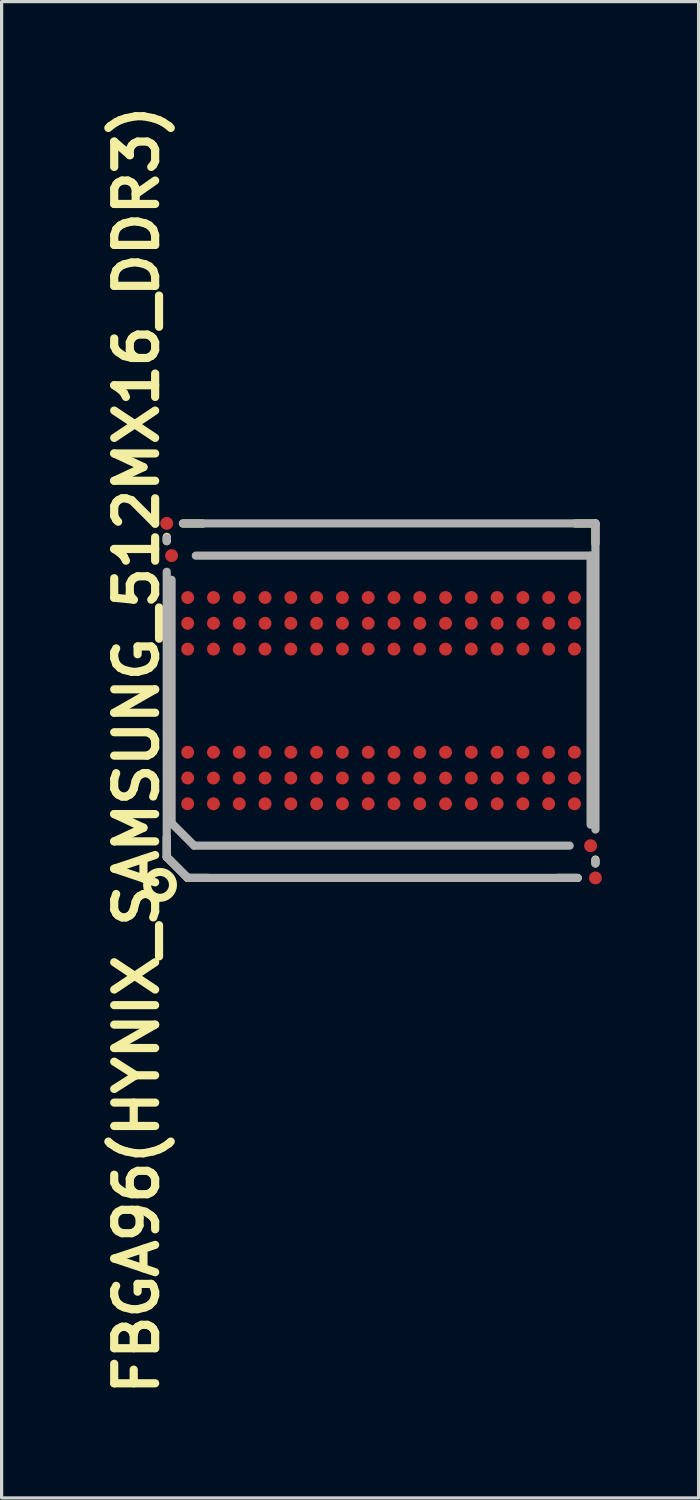
<source format=kicad_pcb>
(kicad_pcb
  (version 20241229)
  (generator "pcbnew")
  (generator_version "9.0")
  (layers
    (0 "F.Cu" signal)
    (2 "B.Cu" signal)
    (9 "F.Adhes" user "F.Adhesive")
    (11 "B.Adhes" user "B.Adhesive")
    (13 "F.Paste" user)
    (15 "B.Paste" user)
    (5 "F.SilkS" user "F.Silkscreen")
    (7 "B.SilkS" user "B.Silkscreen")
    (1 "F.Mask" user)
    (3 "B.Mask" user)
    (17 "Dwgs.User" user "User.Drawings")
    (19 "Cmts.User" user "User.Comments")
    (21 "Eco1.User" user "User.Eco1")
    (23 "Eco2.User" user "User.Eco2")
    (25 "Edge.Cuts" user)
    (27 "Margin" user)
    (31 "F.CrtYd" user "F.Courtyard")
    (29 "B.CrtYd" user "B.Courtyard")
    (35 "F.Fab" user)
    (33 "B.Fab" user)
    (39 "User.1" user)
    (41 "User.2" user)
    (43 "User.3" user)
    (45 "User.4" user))
  (footprint "FBGA96(HYNIX_SAMSUNG_512MX16_DDR3)"
    (layer "F.Cu")
    (at 8.773 18.687)
    (property "Reference" "FBGA96(HYNIX_SAMSUNG_512MX16_DDR3)" (at -7.584 1.524 90) (layer "F.SilkS") (effects (font (size 1.27 1.27) (thickness 0.254))))
    (attr smd)
    (fp_line (start -6.65 -5.08) (end -6.65 -4.95) (stroke (width 0.254) (type solid)) (layer "F.SilkS"))
    (fp_line (start -6.65 4.23) (end -6.65 4.85) (stroke (width 0.254) (type solid)) (layer "F.SilkS"))
    (fp_line (start -6.145 -5.495) (end -5.525 -5.495) (stroke (width 0.254) (type solid)) (layer "F.SilkS"))
    (fp_line (start -6 5.5) (end -6.65 4.85) (stroke (width 0.254) (type solid)) (layer "F.SilkS"))
    (fp_line (start -5.37 5.5) (end -6 5.5) (stroke (width 0.254) (type solid)) (layer "F.SilkS"))
    (fp_line (start 6.025 -5.495) (end 6.645 -5.495) (stroke (width 0.254) (type solid)) (layer "F.SilkS"))
    (fp_line (start 6.1 5.5) (end 5.48 5.5) (stroke (width 0.254) (type solid)) (layer "F.SilkS"))
    (fp_line (start 6.65 -5.5) (end 6.65 -4.88) (stroke (width 0.254) (type solid)) (layer "F.SilkS"))
    (fp_line (start 6.65 4.93) (end 6.65 5.05) (stroke (width 0.254) (type solid)) (layer "F.SilkS"))
    (fp_circle (center -6.858 5.715) (end -6.477 5.588) (stroke (width 0.25) (type solid)) (fill no) (layer "F.SilkS"))
    (fp_line (start -6.65 -5.05) (end -6.65 -4.948) (stroke (width 0.254) (type solid)) (layer "F.Fab"))
    (fp_line (start -6.65 -3.998) (end -6.65 4.849) (stroke (width 0.254) (type solid)) (layer "F.Fab"))
    (fp_line (start -6.65 4.849) (end -5.999 5.499) (stroke (width 0.254) (type solid)) (layer "F.Fab"))
    (fp_line (start -6.5 -3.749) (end -6.5 3.8) (stroke (width 0.254) (type solid)) (layer "F.Fab"))
    (fp_line (start -6.5 3.8) (end -5.799 4.498) (stroke (width 0.254) (type solid)) (layer "F.Fab"))
    (fp_line (start -5.999 5.499) (end 6.099 5.499) (stroke (width 0.254) (type solid)) (layer "F.Fab"))
    (fp_line (start -5.799 4.498) (end 5.85 4.498) (stroke (width 0.254) (type solid)) (layer "F.Fab"))
    (fp_line (start 6.5 -4.498) (end -5.748 -4.498) (stroke (width 0.254) (type solid)) (layer "F.Fab"))
    (fp_line (start 6.5 3.848) (end 6.5 -4.498) (stroke (width 0.254) (type solid)) (layer "F.Fab"))
    (fp_line (start 6.65 -5.499) (end -6.149 -5.499) (stroke (width 0.254) (type solid)) (layer "F.Fab"))
    (fp_line (start 6.65 3.998) (end 6.65 -5.499) (stroke (width 0.254) (type solid)) (layer "F.Fab"))
    (fp_line (start 6.65 5.05) (end 6.65 4.948) (stroke (width 0.254) (type solid)) (layer "F.Fab"))
    (pad "A1" smd circle (at -6 3.2 90) (size 0.4 0.4) (layers "F.Cu" "F.Mask" "F.Paste"))
    (pad "A2" smd circle (at -6 2.4 90) (size 0.4 0.4) (layers "F.Cu" "F.Mask" "F.Paste"))
    (pad "A3" smd circle (at -6 1.6 90) (size 0.4 0.4) (layers "F.Cu" "F.Mask" "F.Paste"))
    (pad "A7" smd circle (at -6 -1.6 90) (size 0.4 0.4) (layers "F.Cu" "F.Mask" "F.Paste"))
    (pad "A8" smd circle (at -6 -2.4 90) (size 0.4 0.4) (layers "F.Cu" "F.Mask" "F.Paste"))
    (pad "A9" smd circle (at -6 -3.2 90) (size 0.4 0.4) (layers "F.Cu" "F.Mask" "F.Paste"))
    (pad "B1" smd circle (at -5.2 3.2 90) (size 0.4 0.4) (layers "F.Cu" "F.Mask" "F.Paste"))
    (pad "B2" smd circle (at -5.2 2.4 90) (size 0.4 0.4) (layers "F.Cu" "F.Mask" "F.Paste"))
    (pad "B3" smd circle (at -5.2 1.6 90) (size 0.4 0.4) (layers "F.Cu" "F.Mask" "F.Paste"))
    (pad "B7" smd circle (at -5.2 -1.6 90) (size 0.4 0.4) (layers "F.Cu" "F.Mask" "F.Paste"))
    (pad "B8" smd circle (at -5.2 -2.4 90) (size 0.4 0.4) (layers "F.Cu" "F.Mask" "F.Paste"))
    (pad "B9" smd circle (at -5.2 -3.2 90) (size 0.4 0.4) (layers "F.Cu" "F.Mask" "F.Paste"))
    (pad "C1" smd circle (at -4.4 3.2 90) (size 0.4 0.4) (layers "F.Cu" "F.Mask" "F.Paste"))
    (pad "C2" smd circle (at -4.4 2.4 90) (size 0.4 0.4) (layers "F.Cu" "F.Mask" "F.Paste"))
    (pad "C3" smd circle (at -4.4 1.6 90) (size 0.4 0.4) (layers "F.Cu" "F.Mask" "F.Paste"))
    (pad "C7" smd circle (at -4.4 -1.6 90) (size 0.4 0.4) (layers "F.Cu" "F.Mask" "F.Paste"))
    (pad "C8" smd circle (at -4.4 -2.4 90) (size 0.4 0.4) (layers "F.Cu" "F.Mask" "F.Paste"))
    (pad "C9" smd circle (at -4.4 -3.2 90) (size 0.4 0.4) (layers "F.Cu" "F.Mask" "F.Paste"))
    (pad "D1" smd circle (at -3.6 3.2 90) (size 0.4 0.4) (layers "F.Cu" "F.Mask" "F.Paste"))
    (pad "D2" smd circle (at -3.6 2.4 90) (size 0.4 0.4) (layers "F.Cu" "F.Mask" "F.Paste"))
    (pad "D3" smd circle (at -3.6 1.6 90) (size 0.4 0.4) (layers "F.Cu" "F.Mask" "F.Paste"))
    (pad "D7" smd circle (at -3.6 -1.6 90) (size 0.4 0.4) (layers "F.Cu" "F.Mask" "F.Paste"))
    (pad "D8" smd circle (at -3.6 -2.4 90) (size 0.4 0.4) (layers "F.Cu" "F.Mask" "F.Paste"))
    (pad "D9" smd circle (at -3.6 -3.2 90) (size 0.4 0.4) (layers "F.Cu" "F.Mask" "F.Paste"))
    (pad "E1" smd circle (at -2.8 3.2 90) (size 0.4 0.4) (layers "F.Cu" "F.Mask" "F.Paste"))
    (pad "E2" smd circle (at -2.8 2.4 90) (size 0.4 0.4) (layers "F.Cu" "F.Mask" "F.Paste"))
    (pad "E3" smd circle (at -2.8 1.6 90) (size 0.4 0.4) (layers "F.Cu" "F.Mask" "F.Paste"))
    (pad "E7" smd circle (at -2.8 -1.6 90) (size 0.4 0.4) (layers "F.Cu" "F.Mask" "F.Paste"))
    (pad "E8" smd circle (at -2.8 -2.4 90) (size 0.4 0.4) (layers "F.Cu" "F.Mask" "F.Paste"))
    (pad "E9" smd circle (at -2.8 -3.2 90) (size 0.4 0.4) (layers "F.Cu" "F.Mask" "F.Paste"))
    (pad "F1" smd circle (at -2 3.2 90) (size 0.4 0.4) (layers "F.Cu" "F.Mask" "F.Paste"))
    (pad "F2" smd circle (at -2 2.4 90) (size 0.4 0.4) (layers "F.Cu" "F.Mask" "F.Paste"))
    (pad "F3" smd circle (at -2 1.6 90) (size 0.4 0.4) (layers "F.Cu" "F.Mask" "F.Paste"))
    (pad "F7" smd circle (at -2 -1.6 90) (size 0.4 0.4) (layers "F.Cu" "F.Mask" "F.Paste"))
    (pad "F8" smd circle (at -2 -2.4 90) (size 0.4 0.4) (layers "F.Cu" "F.Mask" "F.Paste"))
    (pad "F9" smd circle (at -2 -3.2 90) (size 0.4 0.4) (layers "F.Cu" "F.Mask" "F.Paste"))
    (pad "FID1" smd circle (at 6.5 4.5 90) (size 0.4 0.4) (layers "F.Cu" "F.Mask"))
    (pad "FID2" smd circle (at -6.5 -4.5 90) (size 0.4 0.4) (layers "F.Cu" "F.Mask"))
    (pad "FID3" smd circle (at 6.65 5.5 90) (size 0.4 0.4) (layers "F.Cu" "F.Mask"))
    (pad "FID4" smd circle (at -6.65 -5.5 90) (size 0.4 0.4) (layers "F.Cu" "F.Mask"))
    (pad "G1" smd circle (at -1.2 3.2 90) (size 0.4 0.4) (layers "F.Cu" "F.Mask" "F.Paste"))
    (pad "G2" smd circle (at -1.2 2.4 90) (size 0.4 0.4) (layers "F.Cu" "F.Mask" "F.Paste"))
    (pad "G3" smd circle (at -1.2 1.6 90) (size 0.4 0.4) (layers "F.Cu" "F.Mask" "F.Paste"))
    (pad "G7" smd circle (at -1.2 -1.6 90) (size 0.4 0.4) (layers "F.Cu" "F.Mask" "F.Paste"))
    (pad "G8" smd circle (at -1.2 -2.4 90) (size 0.4 0.4) (layers "F.Cu" "F.Mask" "F.Paste"))
    (pad "G9" smd circle (at -1.2 -3.2 90) (size 0.4 0.4) (layers "F.Cu" "F.Mask" "F.Paste"))
    (pad "H1" smd circle (at -0.4 3.2 90) (size 0.4 0.4) (layers "F.Cu" "F.Mask" "F.Paste"))
    (pad "H2" smd circle (at -0.4 2.4 90) (size 0.4 0.4) (layers "F.Cu" "F.Mask" "F.Paste"))
    (pad "H3" smd circle (at -0.4 1.6 90) (size 0.4 0.4) (layers "F.Cu" "F.Mask" "F.Paste"))
    (pad "H7" smd circle (at -0.4 -1.6 90) (size 0.4 0.4) (layers "F.Cu" "F.Mask" "F.Paste"))
    (pad "H8" smd circle (at -0.4 -2.4 90) (size 0.4 0.4) (layers "F.Cu" "F.Mask" "F.Paste"))
    (pad "H9" smd circle (at -0.4 -3.2 90) (size 0.4 0.4) (layers "F.Cu" "F.Mask" "F.Paste"))
    (pad "J1" smd circle (at 0.4 3.2 90) (size 0.4 0.4) (layers "F.Cu" "F.Mask" "F.Paste"))
    (pad "J2" smd circle (at 0.4 2.4 90) (size 0.4 0.4) (layers "F.Cu" "F.Mask" "F.Paste"))
    (pad "J3" smd circle (at 0.4 1.6 90) (size 0.4 0.4) (layers "F.Cu" "F.Mask" "F.Paste"))
    (pad "J7" smd circle (at 0.4 -1.6 90) (size 0.4 0.4) (layers "F.Cu" "F.Mask" "F.Paste"))
    (pad "J8" smd circle (at 0.4 -2.4 90) (size 0.4 0.4) (layers "F.Cu" "F.Mask" "F.Paste"))
    (pad "J9" smd circle (at 0.4 -3.2 90) (size 0.4 0.4) (layers "F.Cu" "F.Mask" "F.Paste"))
    (pad "K1" smd circle (at 1.2 3.2 90) (size 0.4 0.4) (layers "F.Cu" "F.Mask" "F.Paste"))
    (pad "K2" smd circle (at 1.2 2.4 90) (size 0.4 0.4) (layers "F.Cu" "F.Mask" "F.Paste"))
    (pad "K3" smd circle (at 1.2 1.6 90) (size 0.4 0.4) (layers "F.Cu" "F.Mask" "F.Paste"))
    (pad "K7" smd circle (at 1.2 -1.6 90) (size 0.4 0.4) (layers "F.Cu" "F.Mask" "F.Paste"))
    (pad "K8" smd circle (at 1.2 -2.4 90) (size 0.4 0.4) (layers "F.Cu" "F.Mask" "F.Paste"))
    (pad "K9" smd circle (at 1.2 -3.2 90) (size 0.4 0.4) (layers "F.Cu" "F.Mask" "F.Paste"))
    (pad "L1" smd circle (at 2 3.2 90) (size 0.4 0.4) (layers "F.Cu" "F.Mask" "F.Paste"))
    (pad "L2" smd circle (at 2 2.4 90) (size 0.4 0.4) (layers "F.Cu" "F.Mask" "F.Paste"))
    (pad "L3" smd circle (at 2 1.6 90) (size 0.4 0.4) (layers "F.Cu" "F.Mask" "F.Paste"))
    (pad "L7" smd circle (at 2 -1.6 90) (size 0.4 0.4) (layers "F.Cu" "F.Mask" "F.Paste"))
    (pad "L8" smd circle (at 2 -2.4 90) (size 0.4 0.4) (layers "F.Cu" "F.Mask" "F.Paste"))
    (pad "L9" smd circle (at 2 -3.2 90) (size 0.4 0.4) (layers "F.Cu" "F.Mask" "F.Paste"))
    (pad "M1" smd circle (at 2.8 3.2 90) (size 0.4 0.4) (layers "F.Cu" "F.Mask" "F.Paste"))
    (pad "M2" smd circle (at 2.8 2.4 90) (size 0.4 0.4) (layers "F.Cu" "F.Mask" "F.Paste"))
    (pad "M3" smd circle (at 2.8 1.6 90) (size 0.4 0.4) (layers "F.Cu" "F.Mask" "F.Paste"))
    (pad "M7" smd circle (at 2.8 -1.6 90) (size 0.4 0.4) (layers "F.Cu" "F.Mask" "F.Paste"))
    (pad "M8" smd circle (at 2.8 -2.4 90) (size 0.4 0.4) (layers "F.Cu" "F.Mask" "F.Paste"))
    (pad "M9" smd circle (at 2.8 -3.2 90) (size 0.4 0.4) (layers "F.Cu" "F.Mask" "F.Paste"))
    (pad "N1" smd circle (at 3.6 3.2 90) (size 0.4 0.4) (layers "F.Cu" "F.Mask" "F.Paste"))
    (pad "N2" smd circle (at 3.6 2.4 90) (size 0.4 0.4) (layers "F.Cu" "F.Mask" "F.Paste"))
    (pad "N3" smd circle (at 3.6 1.6 90) (size 0.4 0.4) (layers "F.Cu" "F.Mask" "F.Paste"))
    (pad "N7" smd circle (at 3.6 -1.6 90) (size 0.4 0.4) (layers "F.Cu" "F.Mask" "F.Paste"))
    (pad "N8" smd circle (at 3.6 -2.4 90) (size 0.4 0.4) (layers "F.Cu" "F.Mask" "F.Paste"))
    (pad "N9" smd circle (at 3.6 -3.2 90) (size 0.4 0.4) (layers "F.Cu" "F.Mask" "F.Paste"))
    (pad "P1" smd circle (at 4.4 3.2 90) (size 0.4 0.4) (layers "F.Cu" "F.Mask" "F.Paste"))
    (pad "P2" smd circle (at 4.4 2.4 90) (size 0.4 0.4) (layers "F.Cu" "F.Mask" "F.Paste"))
    (pad "P3" smd circle (at 4.4 1.6 90) (size 0.4 0.4) (layers "F.Cu" "F.Mask" "F.Paste"))
    (pad "P7" smd circle (at 4.4 -1.6 90) (size 0.4 0.4) (layers "F.Cu" "F.Mask" "F.Paste"))
    (pad "P8" smd circle (at 4.4 -2.4 90) (size 0.4 0.4) (layers "F.Cu" "F.Mask" "F.Paste"))
    (pad "P9" smd circle (at 4.4 -3.2 90) (size 0.4 0.4) (layers "F.Cu" "F.Mask" "F.Paste"))
    (pad "R1" smd circle (at 5.2 3.2 90) (size 0.4 0.4) (layers "F.Cu" "F.Mask" "F.Paste"))
    (pad "R2" smd circle (at 5.2 2.4 90) (size 0.4 0.4) (layers "F.Cu" "F.Mask" "F.Paste"))
    (pad "R3" smd circle (at 5.2 1.6 90) (size 0.4 0.4) (layers "F.Cu" "F.Mask" "F.Paste"))
    (pad "R7" smd circle (at 5.2 -1.6 90) (size 0.4 0.4) (layers "F.Cu" "F.Mask" "F.Paste"))
    (pad "R8" smd circle (at 5.2 -2.4 90) (size 0.4 0.4) (layers "F.Cu" "F.Mask" "F.Paste"))
    (pad "R9" smd circle (at 5.2 -3.2 90) (size 0.4 0.4) (layers "F.Cu" "F.Mask" "F.Paste"))
    (pad "T1" smd circle (at 6 3.2 90) (size 0.4 0.4) (layers "F.Cu" "F.Mask" "F.Paste"))
    (pad "T2" smd circle (at 6 2.4 90) (size 0.4 0.4) (layers "F.Cu" "F.Mask" "F.Paste"))
    (pad "T3" smd circle (at 6 1.6 90) (size 0.4 0.4) (layers "F.Cu" "F.Mask" "F.Paste"))
    (pad "T7" smd circle (at 6 -1.6 90) (size 0.4 0.4) (layers "F.Cu" "F.Mask" "F.Paste"))
    (pad "T8" smd circle (at 6 -2.4 90) (size 0.4 0.4) (layers "F.Cu" "F.Mask" "F.Paste"))
    (pad "T9" smd circle (at 6 -3.2 90) (size 0.4 0.4) (layers "F.Cu" "F.Mask" "F.Paste")))
  (gr_rect
    (start -3 -3)
    (end 18.623 43.422)
    (stroke (width 0.1) (type default))
    (fill no)
    (layer "Edge.Cuts")))
</source>
